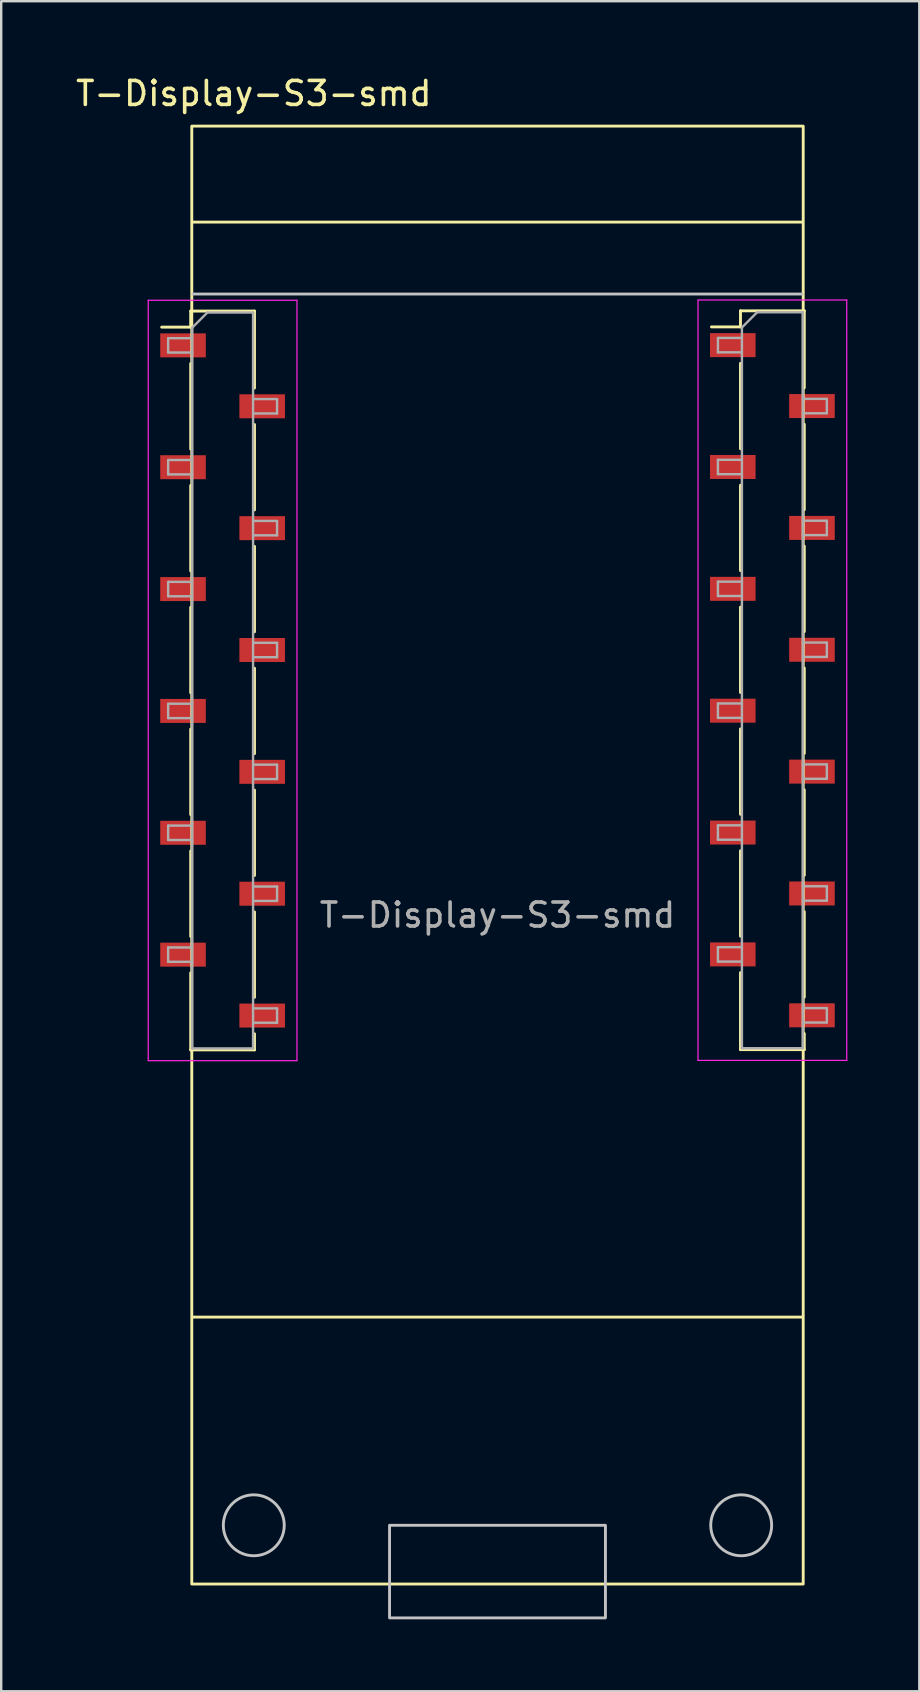
<source format=kicad_pcb>
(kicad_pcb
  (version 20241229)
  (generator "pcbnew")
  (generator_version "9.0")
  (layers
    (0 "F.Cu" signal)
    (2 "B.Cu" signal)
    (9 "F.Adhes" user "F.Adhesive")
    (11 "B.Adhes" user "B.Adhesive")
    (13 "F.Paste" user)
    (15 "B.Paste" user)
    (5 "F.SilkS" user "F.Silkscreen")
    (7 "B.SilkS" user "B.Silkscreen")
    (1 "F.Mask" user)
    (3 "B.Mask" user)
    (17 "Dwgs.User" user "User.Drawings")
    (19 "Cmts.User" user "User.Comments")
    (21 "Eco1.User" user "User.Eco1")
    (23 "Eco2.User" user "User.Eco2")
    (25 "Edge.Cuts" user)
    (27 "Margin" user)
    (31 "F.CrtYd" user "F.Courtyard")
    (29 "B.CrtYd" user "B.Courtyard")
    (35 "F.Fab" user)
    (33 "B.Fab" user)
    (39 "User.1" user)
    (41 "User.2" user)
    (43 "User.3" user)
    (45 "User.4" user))
  (footprint "T-Display-S3-smd"
    (layer "F.Cu")
    (at 17.69 32.598)
    (property "Reference" "T-Display-S3-smd" (at -10.16 -31.75 0) (unlocked yes) (layer "F.SilkS") (effects (font (size 1 1) (thickness 0.15))))
    (attr through_hole)
    (fp_line (start -14 -22.01) (end -12.79 -22.01) (stroke (width 0.12) (type solid)) (layer "F.SilkS"))
    (fp_line (start -12.79 -22.68) (end -12.79 -22.01) (stroke (width 0.12) (type solid)) (layer "F.SilkS"))
    (fp_line (start -12.79 -22.68) (end -10.13 -22.68) (stroke (width 0.12) (type solid)) (layer "F.SilkS"))
    (fp_line (start -12.79 -20.49) (end -12.79 -16.93) (stroke (width 0.12) (type solid)) (layer "F.SilkS"))
    (fp_line (start -12.79 -15.41) (end -12.79 -11.85) (stroke (width 0.12) (type solid)) (layer "F.SilkS"))
    (fp_line (start -12.79 -10.33) (end -12.79 -6.77) (stroke (width 0.12) (type solid)) (layer "F.SilkS"))
    (fp_line (start -12.79 -5.25) (end -12.79 -1.69) (stroke (width 0.12) (type solid)) (layer "F.SilkS"))
    (fp_line (start -12.79 -0.17) (end -12.79 3.39) (stroke (width 0.12) (type solid)) (layer "F.SilkS"))
    (fp_line (start -12.79 4.91) (end -12.79 8.12) (stroke (width 0.12) (type solid)) (layer "F.SilkS"))
    (fp_line (start -12.79 8.12) (end -10.13 8.12) (stroke (width 0.12) (type solid)) (layer "F.SilkS"))
    (fp_line (start -10.13 -22.68) (end -10.13 -19.47) (stroke (width 0.12) (type solid)) (layer "F.SilkS"))
    (fp_line (start -10.13 -17.95) (end -10.13 -14.39) (stroke (width 0.12) (type solid)) (layer "F.SilkS"))
    (fp_line (start -10.13 -12.87) (end -10.13 -9.31) (stroke (width 0.12) (type solid)) (layer "F.SilkS"))
    (fp_line (start -10.13 -7.79) (end -10.13 -4.23) (stroke (width 0.12) (type solid)) (layer "F.SilkS"))
    (fp_line (start -10.13 -2.71) (end -10.13 0.85) (stroke (width 0.12) (type solid)) (layer "F.SilkS"))
    (fp_line (start -10.13 2.37) (end -10.13 5.93) (stroke (width 0.12) (type solid)) (layer "F.SilkS"))
    (fp_line (start -10.13 7.45) (end -10.13 8.12) (stroke (width 0.12) (type solid)) (layer "F.SilkS"))
    (fp_line (start 8.92 -22.02) (end 10.13 -22.02) (stroke (width 0.12) (type solid)) (layer "F.SilkS"))
    (fp_line (start 10.13 -22.69) (end 10.13 -22.02) (stroke (width 0.12) (type solid)) (layer "F.SilkS"))
    (fp_line (start 10.13 -22.69) (end 12.79 -22.69) (stroke (width 0.12) (type solid)) (layer "F.SilkS"))
    (fp_line (start 10.13 -20.5) (end 10.13 -16.94) (stroke (width 0.12) (type solid)) (layer "F.SilkS"))
    (fp_line (start 10.13 -15.42) (end 10.13 -11.86) (stroke (width 0.12) (type solid)) (layer "F.SilkS"))
    (fp_line (start 10.13 -10.34) (end 10.13 -6.78) (stroke (width 0.12) (type solid)) (layer "F.SilkS"))
    (fp_line (start 10.13 -5.26) (end 10.13 -1.7) (stroke (width 0.12) (type solid)) (layer "F.SilkS"))
    (fp_line (start 10.13 -0.18) (end 10.13 3.38) (stroke (width 0.12) (type solid)) (layer "F.SilkS"))
    (fp_line (start 10.13 4.9) (end 10.13 8.11) (stroke (width 0.12) (type solid)) (layer "F.SilkS"))
    (fp_line (start 10.13 8.11) (end 12.79 8.11) (stroke (width 0.12) (type solid)) (layer "F.SilkS"))
    (fp_line (start 12.7 -26.39) (end -12.7 -26.39) (stroke (width 0.12) (type default)) (layer "F.SilkS"))
    (fp_line (start 12.7 19.26) (end -12.7 19.26) (stroke (width 0.12) (type default)) (layer "F.SilkS"))
    (fp_line (start 12.79 -22.69) (end 12.79 -19.48) (stroke (width 0.12) (type solid)) (layer "F.SilkS"))
    (fp_line (start 12.79 -17.96) (end 12.79 -14.4) (stroke (width 0.12) (type solid)) (layer "F.SilkS"))
    (fp_line (start 12.79 -12.88) (end 12.79 -9.32) (stroke (width 0.12) (type solid)) (layer "F.SilkS"))
    (fp_line (start 12.79 -7.8) (end 12.79 -4.24) (stroke (width 0.12) (type solid)) (layer "F.SilkS"))
    (fp_line (start 12.79 -2.72) (end 12.79 0.84) (stroke (width 0.12) (type solid)) (layer "F.SilkS"))
    (fp_line (start 12.79 2.36) (end 12.79 5.92) (stroke (width 0.12) (type solid)) (layer "F.SilkS"))
    (fp_line (start 12.79 7.44) (end 12.79 8.11) (stroke (width 0.12) (type solid)) (layer "F.SilkS"))
    (fp_rect (start 12.745 30.39) (end -12.745 -30.39) (stroke (width 0.12) (type default)) (fill no) (layer "F.SilkS"))
    (fp_line (start 12.7 -23.39) (end -12.7 -23.39) (stroke (width 0.12) (type default)) (layer "Dwgs.User"))
    (fp_rect (start 4.5 31.8) (end -4.5 27.94) (stroke (width 0.12) (type default)) (fill no) (layer "Dwgs.User"))
    (fp_circle (center -10.16 27.94) (end -8.89 27.94) (stroke (width 0.12) (type default)) (fill no) (layer "Dwgs.User"))
    (fp_circle (center 10.16 27.94) (end 11.43 27.94) (stroke (width 0.12) (type default)) (fill no) (layer "Dwgs.User"))
    (fp_line (start -14.56 -23.13) (end -8.36 -23.13) (stroke (width 0.05) (type solid)) (layer "F.CrtYd"))
    (fp_line (start -14.56 8.57) (end -14.56 -23.13) (stroke (width 0.05) (type solid)) (layer "F.CrtYd"))
    (fp_line (start -8.36 -23.13) (end -8.36 8.57) (stroke (width 0.05) (type solid)) (layer "F.CrtYd"))
    (fp_line (start -8.36 8.57) (end -14.56 8.57) (stroke (width 0.05) (type solid)) (layer "F.CrtYd"))
    (fp_line (start 8.36 -23.14) (end 14.56 -23.14) (stroke (width 0.05) (type solid)) (layer "F.CrtYd"))
    (fp_line (start 8.36 8.56) (end 8.36 -23.14) (stroke (width 0.05) (type solid)) (layer "F.CrtYd"))
    (fp_line (start 14.56 -23.14) (end 14.56 8.56) (stroke (width 0.05) (type solid)) (layer "F.CrtYd"))
    (fp_line (start 14.56 8.56) (end 8.36 8.56) (stroke (width 0.05) (type solid)) (layer "F.CrtYd"))
    (fp_line (start -13.73 -21.55) (end -12.73 -21.55) (stroke (width 0.1) (type solid)) (layer "F.Fab"))
    (fp_line (start -13.73 -20.95) (end -13.73 -21.55) (stroke (width 0.1) (type solid)) (layer "F.Fab"))
    (fp_line (start -13.73 -16.47) (end -12.73 -16.47) (stroke (width 0.1) (type solid)) (layer "F.Fab"))
    (fp_line (start -13.73 -15.87) (end -13.73 -16.47) (stroke (width 0.1) (type solid)) (layer "F.Fab"))
    (fp_line (start -13.73 -11.39) (end -12.73 -11.39) (stroke (width 0.1) (type solid)) (layer "F.Fab"))
    (fp_line (start -13.73 -10.79) (end -13.73 -11.39) (stroke (width 0.1) (type solid)) (layer "F.Fab"))
    (fp_line (start -13.73 -6.31) (end -12.73 -6.31) (stroke (width 0.1) (type solid)) (layer "F.Fab"))
    (fp_line (start -13.73 -5.71) (end -13.73 -6.31) (stroke (width 0.1) (type solid)) (layer "F.Fab"))
    (fp_line (start -13.73 -1.23) (end -12.73 -1.23) (stroke (width 0.1) (type solid)) (layer "F.Fab"))
    (fp_line (start -13.73 -0.63) (end -13.73 -1.23) (stroke (width 0.1) (type solid)) (layer "F.Fab"))
    (fp_line (start -13.73 3.85) (end -12.73 3.85) (stroke (width 0.1) (type solid)) (layer "F.Fab"))
    (fp_line (start -13.73 4.45) (end -13.73 3.85) (stroke (width 0.1) (type solid)) (layer "F.Fab"))
    (fp_line (start -12.73 -21.985) (end -12.095 -22.62) (stroke (width 0.1) (type solid)) (layer "F.Fab"))
    (fp_line (start -12.73 -20.95) (end -13.73 -20.95) (stroke (width 0.1) (type solid)) (layer "F.Fab"))
    (fp_line (start -12.73 -15.87) (end -13.73 -15.87) (stroke (width 0.1) (type solid)) (layer "F.Fab"))
    (fp_line (start -12.73 -10.79) (end -13.73 -10.79) (stroke (width 0.1) (type solid)) (layer "F.Fab"))
    (fp_line (start -12.73 -5.71) (end -13.73 -5.71) (stroke (width 0.1) (type solid)) (layer "F.Fab"))
    (fp_line (start -12.73 -0.63) (end -13.73 -0.63) (stroke (width 0.1) (type solid)) (layer "F.Fab"))
    (fp_line (start -12.73 4.45) (end -13.73 4.45) (stroke (width 0.1) (type solid)) (layer "F.Fab"))
    (fp_line (start -12.73 8.06) (end -12.73 -21.985) (stroke (width 0.1) (type solid)) (layer "F.Fab"))
    (fp_line (start -12.095 -22.62) (end -10.19 -22.62) (stroke (width 0.1) (type solid)) (layer "F.Fab"))
    (fp_line (start -10.19 -22.62) (end -10.19 8.06) (stroke (width 0.1) (type solid)) (layer "F.Fab"))
    (fp_line (start -10.19 -19.01) (end -9.19 -19.01) (stroke (width 0.1) (type solid)) (layer "F.Fab"))
    (fp_line (start -10.19 -13.93) (end -9.19 -13.93) (stroke (width 0.1) (type solid)) (layer "F.Fab"))
    (fp_line (start -10.19 -8.85) (end -9.19 -8.85) (stroke (width 0.1) (type solid)) (layer "F.Fab"))
    (fp_line (start -10.19 -3.77) (end -9.19 -3.77) (stroke (width 0.1) (type solid)) (layer "F.Fab"))
    (fp_line (start -10.19 1.31) (end -9.19 1.31) (stroke (width 0.1) (type solid)) (layer "F.Fab"))
    (fp_line (start -10.19 6.39) (end -9.19 6.39) (stroke (width 0.1) (type solid)) (layer "F.Fab"))
    (fp_line (start -10.19 8.06) (end -12.73 8.06) (stroke (width 0.1) (type solid)) (layer "F.Fab"))
    (fp_line (start -9.19 -19.01) (end -9.19 -18.41) (stroke (width 0.1) (type solid)) (layer "F.Fab"))
    (fp_line (start -9.19 -18.41) (end -10.19 -18.41) (stroke (width 0.1) (type solid)) (layer "F.Fab"))
    (fp_line (start -9.19 -13.93) (end -9.19 -13.33) (stroke (width 0.1) (type solid)) (layer "F.Fab"))
    (fp_line (start -9.19 -13.33) (end -10.19 -13.33) (stroke (width 0.1) (type solid)) (layer "F.Fab"))
    (fp_line (start -9.19 -8.85) (end -9.19 -8.25) (stroke (width 0.1) (type solid)) (layer "F.Fab"))
    (fp_line (start -9.19 -8.25) (end -10.19 -8.25) (stroke (width 0.1) (type solid)) (layer "F.Fab"))
    (fp_line (start -9.19 -3.77) (end -9.19 -3.17) (stroke (width 0.1) (type solid)) (layer "F.Fab"))
    (fp_line (start -9.19 -3.17) (end -10.19 -3.17) (stroke (width 0.1) (type solid)) (layer "F.Fab"))
    (fp_line (start -9.19 1.31) (end -9.19 1.91) (stroke (width 0.1) (type solid)) (layer "F.Fab"))
    (fp_line (start -9.19 1.91) (end -10.19 1.91) (stroke (width 0.1) (type solid)) (layer "F.Fab"))
    (fp_line (start -9.19 6.39) (end -9.19 6.99) (stroke (width 0.1) (type solid)) (layer "F.Fab"))
    (fp_line (start -9.19 6.99) (end -10.19 6.99) (stroke (width 0.1) (type solid)) (layer "F.Fab"))
    (fp_line (start 9.19 -21.56) (end 10.19 -21.56) (stroke (width 0.1) (type solid)) (layer "F.Fab"))
    (fp_line (start 9.19 -20.96) (end 9.19 -21.56) (stroke (width 0.1) (type solid)) (layer "F.Fab"))
    (fp_line (start 9.19 -16.48) (end 10.19 -16.48) (stroke (width 0.1) (type solid)) (layer "F.Fab"))
    (fp_line (start 9.19 -15.88) (end 9.19 -16.48) (stroke (width 0.1) (type solid)) (layer "F.Fab"))
    (fp_line (start 9.19 -11.4) (end 10.19 -11.4) (stroke (width 0.1) (type solid)) (layer "F.Fab"))
    (fp_line (start 9.19 -10.8) (end 9.19 -11.4) (stroke (width 0.1) (type solid)) (layer "F.Fab"))
    (fp_line (start 9.19 -6.32) (end 10.19 -6.32) (stroke (width 0.1) (type solid)) (layer "F.Fab"))
    (fp_line (start 9.19 -5.72) (end 9.19 -6.32) (stroke (width 0.1) (type solid)) (layer "F.Fab"))
    (fp_line (start 9.19 -1.24) (end 10.19 -1.24) (stroke (width 0.1) (type solid)) (layer "F.Fab"))
    (fp_line (start 9.19 -0.64) (end 9.19 -1.24) (stroke (width 0.1) (type solid)) (layer "F.Fab"))
    (fp_line (start 9.19 3.84) (end 10.19 3.84) (stroke (width 0.1) (type solid)) (layer "F.Fab"))
    (fp_line (start 9.19 4.44) (end 9.19 3.84) (stroke (width 0.1) (type solid)) (layer "F.Fab"))
    (fp_line (start 10.19 -21.995) (end 10.825 -22.63) (stroke (width 0.1) (type solid)) (layer "F.Fab"))
    (fp_line (start 10.19 -20.96) (end 9.19 -20.96) (stroke (width 0.1) (type solid)) (layer "F.Fab"))
    (fp_line (start 10.19 -15.88) (end 9.19 -15.88) (stroke (width 0.1) (type solid)) (layer "F.Fab"))
    (fp_line (start 10.19 -10.8) (end 9.19 -10.8) (stroke (width 0.1) (type solid)) (layer "F.Fab"))
    (fp_line (start 10.19 -5.72) (end 9.19 -5.72) (stroke (width 0.1) (type solid)) (layer "F.Fab"))
    (fp_line (start 10.19 -0.64) (end 9.19 -0.64) (stroke (width 0.1) (type solid)) (layer "F.Fab"))
    (fp_line (start 10.19 4.44) (end 9.19 4.44) (stroke (width 0.1) (type solid)) (layer "F.Fab"))
    (fp_line (start 10.19 8.05) (end 10.19 -21.995) (stroke (width 0.1) (type solid)) (layer "F.Fab"))
    (fp_line (start 10.825 -22.63) (end 12.73 -22.63) (stroke (width 0.1) (type solid)) (layer "F.Fab"))
    (fp_line (start 12.73 -22.63) (end 12.73 8.05) (stroke (width 0.1) (type solid)) (layer "F.Fab"))
    (fp_line (start 12.73 -19.02) (end 13.73 -19.02) (stroke (width 0.1) (type solid)) (layer "F.Fab"))
    (fp_line (start 12.73 -13.94) (end 13.73 -13.94) (stroke (width 0.1) (type solid)) (layer "F.Fab"))
    (fp_line (start 12.73 -8.86) (end 13.73 -8.86) (stroke (width 0.1) (type solid)) (layer "F.Fab"))
    (fp_line (start 12.73 -3.78) (end 13.73 -3.78) (stroke (width 0.1) (type solid)) (layer "F.Fab"))
    (fp_line (start 12.73 1.3) (end 13.73 1.3) (stroke (width 0.1) (type solid)) (layer "F.Fab"))
    (fp_line (start 12.73 6.38) (end 13.73 6.38) (stroke (width 0.1) (type solid)) (layer "F.Fab"))
    (fp_line (start 12.73 8.05) (end 10.19 8.05) (stroke (width 0.1) (type solid)) (layer "F.Fab"))
    (fp_line (start 13.73 -19.02) (end 13.73 -18.42) (stroke (width 0.1) (type solid)) (layer "F.Fab"))
    (fp_line (start 13.73 -18.42) (end 12.73 -18.42) (stroke (width 0.1) (type solid)) (layer "F.Fab"))
    (fp_line (start 13.73 -13.94) (end 13.73 -13.34) (stroke (width 0.1) (type solid)) (layer "F.Fab"))
    (fp_line (start 13.73 -13.34) (end 12.73 -13.34) (stroke (width 0.1) (type solid)) (layer "F.Fab"))
    (fp_line (start 13.73 -8.86) (end 13.73 -8.26) (stroke (width 0.1) (type solid)) (layer "F.Fab"))
    (fp_line (start 13.73 -8.26) (end 12.73 -8.26) (stroke (width 0.1) (type solid)) (layer "F.Fab"))
    (fp_line (start 13.73 -3.78) (end 13.73 -3.18) (stroke (width 0.1) (type solid)) (layer "F.Fab"))
    (fp_line (start 13.73 -3.18) (end 12.73 -3.18) (stroke (width 0.1) (type solid)) (layer "F.Fab"))
    (fp_line (start 13.73 1.3) (end 13.73 1.9) (stroke (width 0.1) (type solid)) (layer "F.Fab"))
    (fp_line (start 13.73 1.9) (end 12.73 1.9) (stroke (width 0.1) (type solid)) (layer "F.Fab"))
    (fp_line (start 13.73 6.38) (end 13.73 6.98) (stroke (width 0.1) (type solid)) (layer "F.Fab"))
    (fp_line (start 13.73 6.98) (end 12.73 6.98) (stroke (width 0.1) (type solid)) (layer "F.Fab"))
    (fp_text user "${REFERENCE}" (at 0 2.5 0) (unlocked yes) (layer "F.Fab") (effects (font (size 1 1) (thickness 0.15))))
    (pad "1" smd rect (at 9.81 -21.26) (size 1.9 1) (layers "F.Cu" "F.Mask" "F.Paste"))
    (pad "2" smd rect (at 13.11 -18.72) (size 1.9 1) (layers "F.Cu" "F.Mask" "F.Paste"))
    (pad "3" smd rect (at 9.81 -16.18) (size 1.9 1) (layers "F.Cu" "F.Mask" "F.Paste"))
    (pad "4" smd rect (at 13.11 -13.64) (size 1.9 1) (layers "F.Cu" "F.Mask" "F.Paste"))
    (pad "5" smd rect (at 9.81 -11.1) (size 1.9 1) (layers "F.Cu" "F.Mask" "F.Paste"))
    (pad "6" smd rect (at 13.11 -8.56) (size 1.9 1) (layers "F.Cu" "F.Mask" "F.Paste"))
    (pad "7" smd rect (at 9.81 -6.02) (size 1.9 1) (layers "F.Cu" "F.Mask" "F.Paste"))
    (pad "8" smd rect (at 13.11 -3.48) (size 1.9 1) (layers "F.Cu" "F.Mask" "F.Paste"))
    (pad "9" smd rect (at 9.81 -0.94) (size 1.9 1) (layers "F.Cu" "F.Mask" "F.Paste"))
    (pad "10" smd rect (at 13.11 1.6) (size 1.9 1) (layers "F.Cu" "F.Mask" "F.Paste"))
    (pad "11" smd rect (at 9.81 4.14) (size 1.9 1) (layers "F.Cu" "F.Mask" "F.Paste"))
    (pad "12" smd rect (at 13.11 6.68) (size 1.9 1) (layers "F.Cu" "F.Mask" "F.Paste"))
    (pad "13" smd rect (at -9.81 6.69) (size 1.9 1) (layers "F.Cu" "F.Mask" "F.Paste"))
    (pad "14" smd rect (at -13.11 4.15) (size 1.9 1) (layers "F.Cu" "F.Mask" "F.Paste"))
    (pad "15" smd rect (at -9.81 1.61) (size 1.9 1) (layers "F.Cu" "F.Mask" "F.Paste"))
    (pad "16" smd rect (at -13.11 -0.93) (size 1.9 1) (layers "F.Cu" "F.Mask" "F.Paste"))
    (pad "17" smd rect (at -9.81 -3.47) (size 1.9 1) (layers "F.Cu" "F.Mask" "F.Paste"))
    (pad "18" smd rect (at -13.11 -6.01) (size 1.9 1) (layers "F.Cu" "F.Mask" "F.Paste"))
    (pad "19" smd rect (at -9.81 -8.55) (size 1.9 1) (layers "F.Cu" "F.Mask" "F.Paste"))
    (pad "20" smd rect (at -13.11 -11.09) (size 1.9 1) (layers "F.Cu" "F.Mask" "F.Paste"))
    (pad "21" smd rect (at -9.81 -13.63) (size 1.9 1) (layers "F.Cu" "F.Mask" "F.Paste"))
    (pad "22" smd rect (at -13.11 -16.17) (size 1.9 1) (layers "F.Cu" "F.Mask" "F.Paste"))
    (pad "23" smd rect (at -9.81 -18.71) (size 1.9 1) (layers "F.Cu" "F.Mask" "F.Paste"))
    (pad "24" smd rect (at -13.11 -21.25) (size 1.9 1) (layers "F.Cu" "F.Mask" "F.Paste")))
  (gr_rect
    (start -3 -3)
    (end 35.275 67.458)
    (stroke (width 0.1) (type default))
    (fill no)
    (layer "Edge.Cuts")))
</source>
